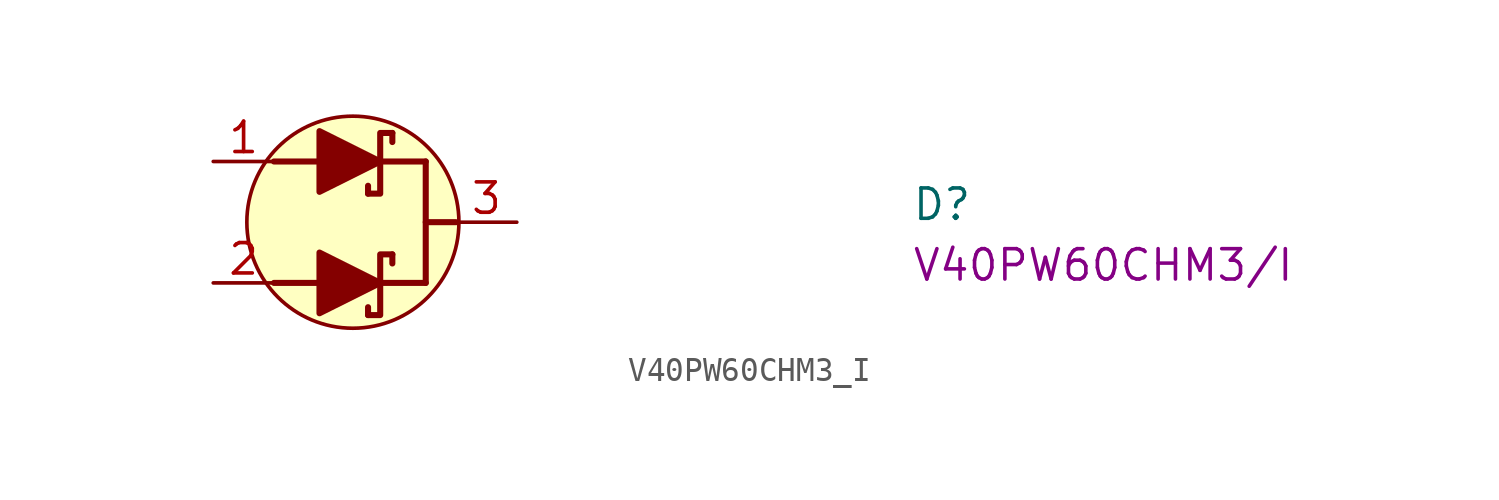
<source format=kicad_sym>
(kicad_symbol_lib
  (version 20220914)
  (generator kicad_symbol_editor)
  (symbol "V40PW60CHM3_I"
    (pin_names hide)
    (property "Reference" "D"
      (at 29.21 -2.54 0)
      (effects (font (size 1.27 1.27) (thickness 0.15)) (justify left bottom)))
    (property "MPN" "V40PW60CHM3/I"
      (at 29.21 -5.08 0)
      (effects (font (size 1.27 1.27) (thickness 0.15)) (justify left bottom)))
    (symbol "V40PW60CHM3_I_0_1"
      (circle (center 5.842 -2.54) (radius 4.436) (stroke (width 0) (type default)) (fill (type background))))
    (symbol "V40PW60CHM3_I_1_1"
      (polyline (pts (xy 2.54 0) (xy 8.89 0)) (stroke (width 0.254) (type default)) (fill (type none)))
      (polyline (pts (xy 6.477 -6.096) (xy 6.477 -6.426)) (stroke (width 0.254) (type default)) (fill (type none)))
      (polyline (pts (xy 6.477 -1.016) (xy 6.477 -1.346)) (stroke (width 0.254) (type default)) (fill (type none)))
      (polyline (pts (xy 7.493 -3.886) (xy 7.493 -4.267)) (stroke (width 0.254) (type default)) (fill (type none)))
      (polyline (pts (xy 7.493 1.194) (xy 7.493 0.813)) (stroke (width 0.254) (type default)) (fill (type none)))
      (polyline (pts (xy 8.89 -5.08) (xy 2.54 -5.08)) (stroke (width 0.254) (type default)) (fill (type none)))
      (polyline (pts (xy 8.89 -2.54) (xy 10.16 -2.54)) (stroke (width 0.254) (type default)) (fill (type none)))
      (polyline (pts (xy 8.89 0) (xy 8.89 -5.08)) (stroke (width 0.254) (type default)) (fill (type none)))
      (polyline (pts (xy 4.445 -3.81) (xy 4.445 -6.35) (xy 6.985 -5.08) (xy 4.445 -3.81)) (stroke (width 0.254) (type default)) (fill (type outline)))
      (polyline (pts (xy 4.445 1.27) (xy 4.445 -1.27) (xy 6.985 0) (xy 4.445 1.27)) (stroke (width 0.254) (type default)) (fill (type outline)))
      (polyline (pts (xy 7.493 -3.886) (xy 6.985 -3.886) (xy 6.985 -6.426) (xy 6.477 -6.426)) (stroke (width 0.254) (type default)) (fill (type none)))
      (polyline (pts (xy 7.493 1.194) (xy 6.985 1.194) (xy 6.985 -1.346) (xy 6.477 -1.346)) (stroke (width 0.254) (type default)) (fill (type none)))
      (pin passive line (at 0 0 0) (length 2.54) (name "1" (effects (font (size 1.27 1.27)))) (number "1" (effects (font (size 1.27 1.27)))))
      (pin passive line (at 0 -5.08 0) (length 2.54) (name "2" (effects (font (size 1.27 1.27)))) (number "2" (effects (font (size 1.27 1.27)))))
      (pin passive line (at 12.7 -2.54 180) (length 2.54) (name "3" (effects (font (size 1.27 1.27)))) (number "3" (effects (font (size 1.27 1.27))))))))
</source>
